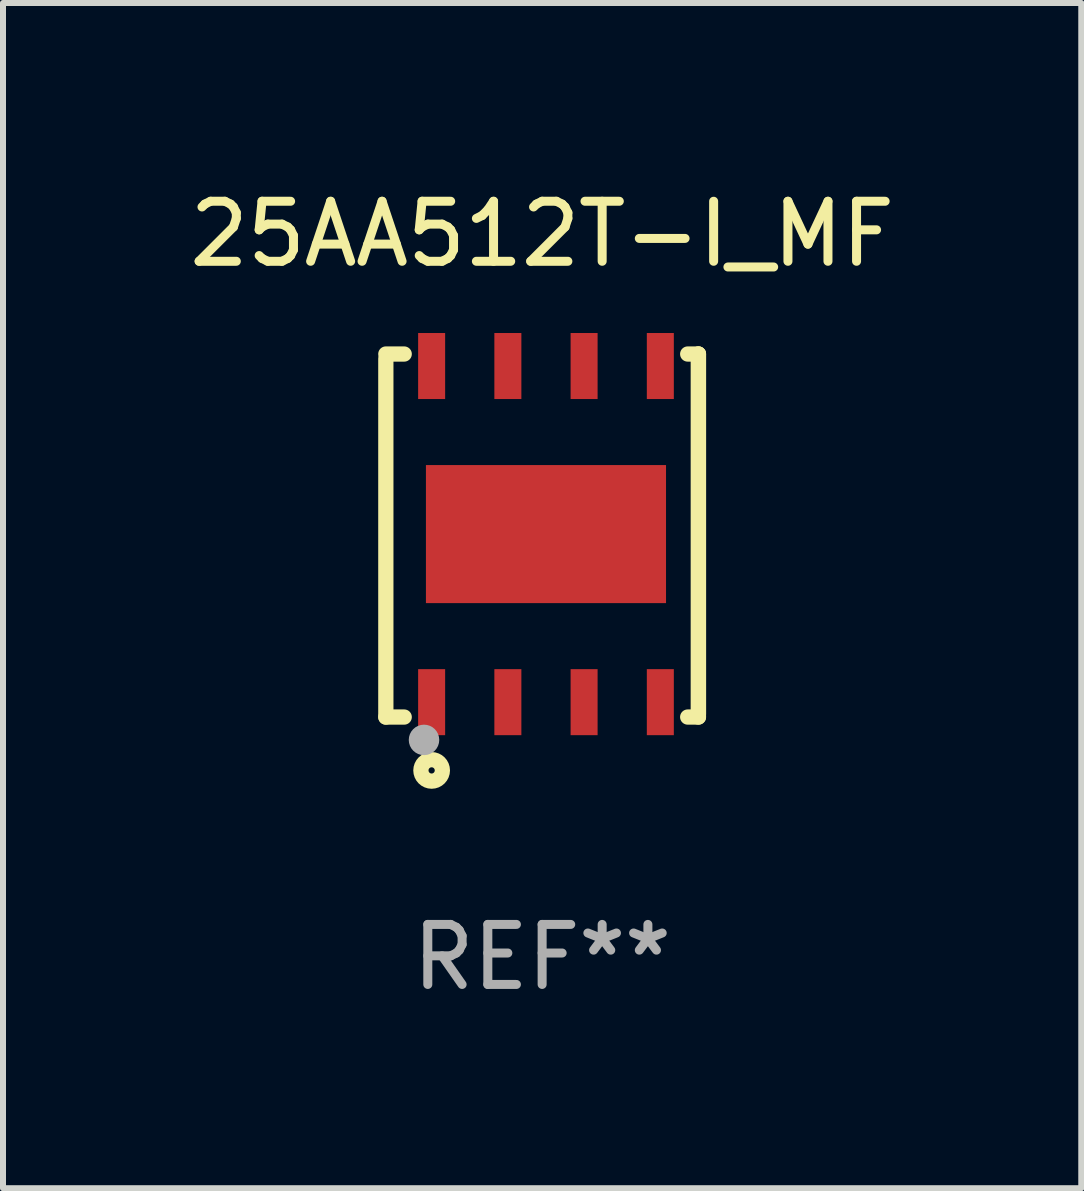
<source format=kicad_pcb>
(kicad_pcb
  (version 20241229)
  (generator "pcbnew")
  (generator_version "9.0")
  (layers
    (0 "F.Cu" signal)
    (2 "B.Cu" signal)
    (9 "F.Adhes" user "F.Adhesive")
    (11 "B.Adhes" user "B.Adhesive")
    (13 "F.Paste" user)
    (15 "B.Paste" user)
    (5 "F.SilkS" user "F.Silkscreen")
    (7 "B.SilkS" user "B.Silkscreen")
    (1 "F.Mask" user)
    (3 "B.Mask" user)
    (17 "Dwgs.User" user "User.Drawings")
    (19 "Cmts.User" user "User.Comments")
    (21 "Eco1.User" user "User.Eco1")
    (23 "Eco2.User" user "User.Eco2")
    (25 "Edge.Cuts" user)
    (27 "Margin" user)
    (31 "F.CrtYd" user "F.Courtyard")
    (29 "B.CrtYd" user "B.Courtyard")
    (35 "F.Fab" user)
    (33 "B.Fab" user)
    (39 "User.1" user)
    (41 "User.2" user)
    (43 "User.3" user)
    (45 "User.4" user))
  (footprint "25AA512T-I_MF"
    (layer "F.Cu")
    (at 5.982 5.872)
    (property "Reference" "25AA512T-I_MF" (at 0 -5.024 0) (layer "F.SilkS") (effects (font (size 1 1) (thickness 0.15))))
    (attr through_hole)
    (fp_line (start -2.604 -2.945) (end -2.604 3.024) (stroke (width 0.254) (type solid)) (layer "F.SilkS"))
    (fp_line (start -2.604 3.024) (end -2.298 3.024) (stroke (width 0.254) (type solid)) (layer "F.SilkS"))
    (fp_line (start -2.298 -3.024) (end -2.604 -3.024) (stroke (width 0.254) (type solid)) (layer "F.SilkS"))
    (fp_line (start 2.425 3.024) (end 2.604 3.024) (stroke (width 0.254) (type solid)) (layer "F.SilkS"))
    (fp_line (start 2.604 -3.024) (end 2.425 -3.024) (stroke (width 0.254) (type solid)) (layer "F.SilkS"))
    (fp_line (start 2.604 -3.024) (end 2.604 2.976) (stroke (width 0.254) (type solid)) (layer "F.SilkS"))
    (fp_line (start 2.604 3.024) (end 2.604 -3.024) (stroke (width 0.254) (type solid)) (layer "F.SilkS"))
    (fp_circle (center -2.436 2.976) (end -2.406 2.976) (stroke (width 0.06) (type solid)) (fill no) (layer "F.SilkS"))
    (fp_circle (center -1.841 3.913) (end -1.662 3.913) (stroke (width 0.254) (type solid)) (fill no) (layer "F.SilkS"))
    (fp_circle (center -1.968 3.405) (end -1.841 3.405) (stroke (width 0.254) (type solid)) (fill no) (layer "F.Fab"))
    (fp_text user "REF**" (at 0 7.024 0) (layer "F.Fab") (effects (font (size 1 1) (thickness 0.15))))
    (pad "1" smd rect (at -1.841 2.776) (size 0.45 1.1) (layers "F.Cu" "F.Mask" "F.Paste"))
    (pad "2" smd rect (at -0.571 2.776) (size 0.45 1.1) (layers "F.Cu" "F.Mask" "F.Paste"))
    (pad "3" smd rect (at 0.699 2.776) (size 0.45 1.1) (layers "F.Cu" "F.Mask" "F.Paste"))
    (pad "4" smd rect (at 1.969 2.776) (size 0.45 1.1) (layers "F.Cu" "F.Mask" "F.Paste"))
    (pad "5" smd rect (at 1.969 -2.824) (size 0.45 1.1) (layers "F.Cu" "F.Mask" "F.Paste"))
    (pad "6" smd rect (at 0.699 -2.824) (size 0.45 1.1) (layers "F.Cu" "F.Mask" "F.Paste"))
    (pad "7" smd rect (at -0.571 -2.824) (size 0.45 1.1) (layers "F.Cu" "F.Mask" "F.Paste"))
    (pad "8" smd rect (at -1.841 -2.824) (size 0.45 1.1) (layers "F.Cu" "F.Mask" "F.Paste"))
    (pad "9" smd rect (at 0.064 -0.024) (size 4 2.3) (layers "F.Cu" "F.Mask" "F.Paste")))
  (gr_rect
    (start -3 -3)
    (end 14.964 16.745)
    (stroke (width 0.1) (type default))
    (fill no)
    (layer "Edge.Cuts")))
</source>
